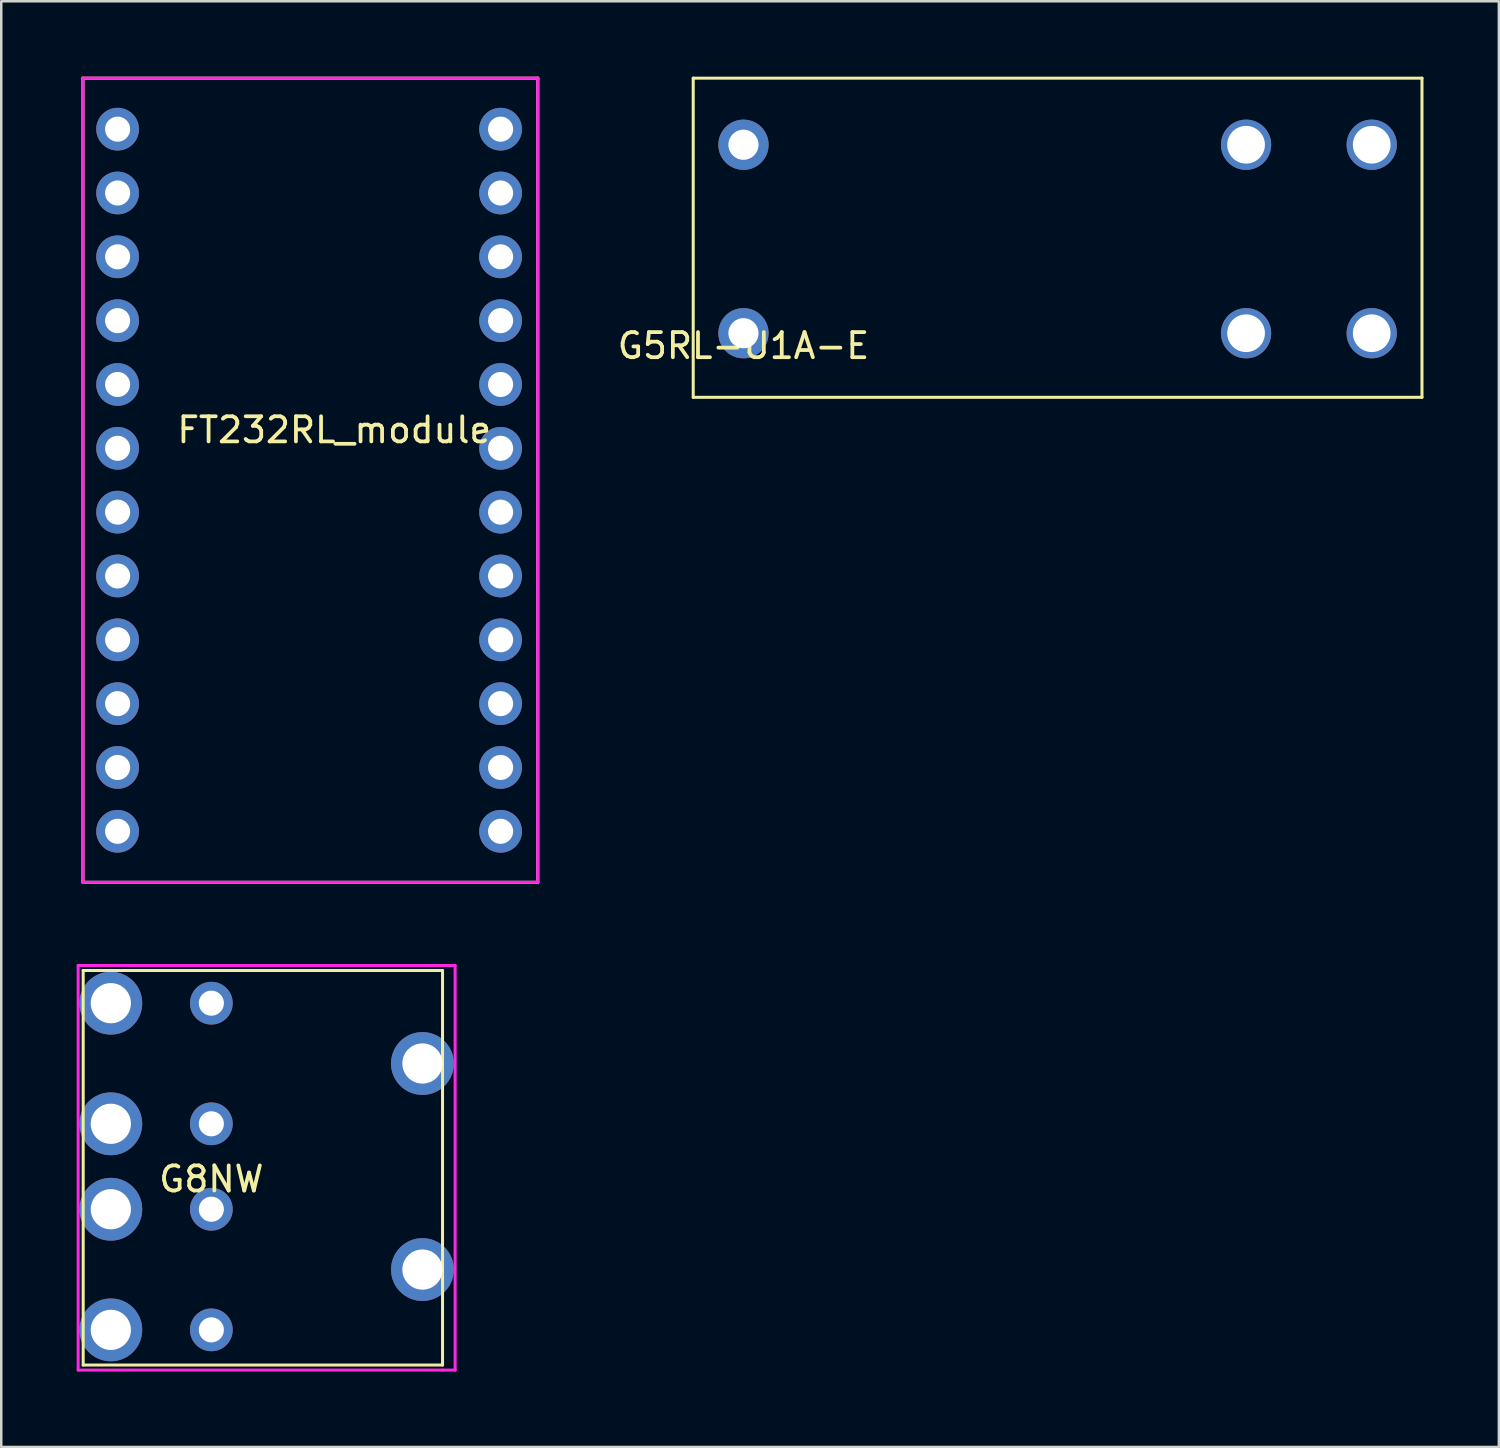
<source format=kicad_pcb>
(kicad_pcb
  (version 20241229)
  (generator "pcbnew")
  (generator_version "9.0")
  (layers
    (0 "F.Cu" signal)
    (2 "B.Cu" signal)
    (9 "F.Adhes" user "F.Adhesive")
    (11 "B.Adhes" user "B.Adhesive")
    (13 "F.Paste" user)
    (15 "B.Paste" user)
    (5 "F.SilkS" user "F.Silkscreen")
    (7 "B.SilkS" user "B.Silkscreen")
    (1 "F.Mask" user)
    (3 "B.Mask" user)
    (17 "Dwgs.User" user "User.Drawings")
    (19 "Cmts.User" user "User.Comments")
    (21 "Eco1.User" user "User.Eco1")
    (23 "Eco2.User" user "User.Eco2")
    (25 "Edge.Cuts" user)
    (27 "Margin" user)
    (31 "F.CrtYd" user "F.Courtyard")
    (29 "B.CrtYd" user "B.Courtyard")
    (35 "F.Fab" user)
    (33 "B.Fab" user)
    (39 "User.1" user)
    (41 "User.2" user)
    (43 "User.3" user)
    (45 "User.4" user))
  (footprint "FT232RL_module"
    (layer "F.Cu")
    (at 0.25 32.06)
    (property "Reference" "FT232RL_module" (at 10 -18 0) (layer "F.SilkS") (effects (font (size 1 1) (thickness 0.15))))
    (attr through_hole)
    (fp_line (start 0 -32) (end 0 0) (stroke (width 0.12) (type solid)) (layer "F.SilkS"))
    (fp_line (start 0 0) (end 18.1 0) (stroke (width 0.12) (type solid)) (layer "F.SilkS"))
    (fp_line (start 18.1 -32) (end 0 -32) (stroke (width 0.12) (type solid)) (layer "F.SilkS"))
    (fp_line (start 18.1 0) (end 18.1 -32) (stroke (width 0.12) (type solid)) (layer "F.SilkS"))
    (fp_line (start 0 -32) (end 18.1 -32) (stroke (width 0.12) (type solid)) (layer "F.CrtYd"))
    (fp_line (start 0 0) (end 0 -32) (stroke (width 0.12) (type solid)) (layer "F.CrtYd"))
    (fp_line (start 18.1 -32) (end 18.1 0) (stroke (width 0.12) (type solid)) (layer "F.CrtYd"))
    (fp_line (start 18.1 0) (end 0 0) (stroke (width 0.12) (type solid)) (layer "F.CrtYd"))
    (pad "1" thru_hole circle (at 1.38 -29.97) (size 1.7 1.7) (drill 1) (layers "*.Cu" "*.Mask"))
    (pad "2" thru_hole circle (at 1.38 -27.43) (size 1.7 1.7) (drill 1) (layers "*.Cu" "*.Mask"))
    (pad "3" thru_hole circle (at 1.38 -24.89) (size 1.7 1.7) (drill 1) (layers "*.Cu" "*.Mask"))
    (pad "4" thru_hole circle (at 1.38 -22.35) (size 1.7 1.7) (drill 1) (layers "*.Cu" "*.Mask"))
    (pad "5" thru_hole circle (at 1.38 -19.81) (size 1.7 1.7) (drill 1) (layers "*.Cu" "*.Mask"))
    (pad "6" thru_hole circle (at 1.38 -17.27) (size 1.7 1.7) (drill 1) (layers "*.Cu" "*.Mask"))
    (pad "7" thru_hole circle (at 1.38 -14.73) (size 1.7 1.7) (drill 1) (layers "*.Cu" "*.Mask"))
    (pad "8" thru_hole circle (at 1.38 -12.19) (size 1.7 1.7) (drill 1) (layers "*.Cu" "*.Mask"))
    (pad "9" thru_hole circle (at 1.38 -9.65) (size 1.7 1.7) (drill 1) (layers "*.Cu" "*.Mask"))
    (pad "10" thru_hole circle (at 1.38 -7.11) (size 1.7 1.7) (drill 1) (layers "*.Cu" "*.Mask"))
    (pad "11" thru_hole circle (at 1.38 -4.57) (size 1.7 1.7) (drill 1) (layers "*.Cu" "*.Mask"))
    (pad "12" thru_hole circle (at 1.38 -2.03) (size 1.7 1.7) (drill 1) (layers "*.Cu" "*.Mask"))
    (pad "13" thru_hole circle (at 16.62 -2.03) (size 1.7 1.7) (drill 1) (layers "*.Cu" "*.Mask"))
    (pad "14" thru_hole circle (at 16.62 -4.57) (size 1.7 1.7) (drill 1) (layers "*.Cu" "*.Mask"))
    (pad "15" thru_hole circle (at 16.62 -7.11) (size 1.7 1.7) (drill 1) (layers "*.Cu" "*.Mask"))
    (pad "16" thru_hole circle (at 16.62 -9.65) (size 1.7 1.7) (drill 1) (layers "*.Cu" "*.Mask"))
    (pad "17" thru_hole circle (at 16.62 -12.19) (size 1.7 1.7) (drill 1) (layers "*.Cu" "*.Mask"))
    (pad "18" thru_hole circle (at 16.62 -14.73) (size 1.7 1.7) (drill 1) (layers "*.Cu" "*.Mask"))
    (pad "19" thru_hole circle (at 16.62 -17.27) (size 1.7 1.7) (drill 1) (layers "*.Cu" "*.Mask"))
    (pad "20" thru_hole circle (at 16.62 -19.81) (size 1.7 1.7) (drill 1) (layers "*.Cu" "*.Mask"))
    (pad "21" thru_hole circle (at 16.62 -22.35) (size 1.7 1.7) (drill 1) (layers "*.Cu" "*.Mask"))
    (pad "22" thru_hole circle (at 16.62 -24.89) (size 1.7 1.7) (drill 1) (layers "*.Cu" "*.Mask"))
    (pad "23" thru_hole circle (at 16.62 -27.43) (size 1.7 1.7) (drill 1) (layers "*.Cu" "*.Mask"))
    (pad "24" thru_hole circle (at 16.62 -29.97) (size 1.7 1.7) (drill 1) (layers "*.Cu" "*.Mask")))
  (footprint "G5RL-U1A-E"
    (layer "F.Cu")
    (at 26.535 10.21)
    (property "Reference" "G5RL-U1A-E" (at 0 0.5 0) (layer "F.SilkS") (effects (font (size 1 1) (thickness 0.15))))
    (attr through_hole)
    (fp_line (start -2 -10.15) (end 27 -10.15) (stroke (width 0.12) (type solid)) (layer "F.SilkS"))
    (fp_line (start -2 2.55) (end -2 -10.15) (stroke (width 0.12) (type solid)) (layer "F.SilkS"))
    (fp_line (start -2 2.55) (end 27 2.55) (stroke (width 0.12) (type solid)) (layer "F.SilkS"))
    (fp_line (start 27 2.55) (end 27 -10.15) (stroke (width 0.12) (type solid)) (layer "F.SilkS"))
    (pad "1" thru_hole circle (at 0 0) (size 2 2) (drill 1.2) (layers "*.Cu" "*.Mask"))
    (pad "3" thru_hole circle (at 20 0) (size 2 2) (drill 1.5) (layers "*.Cu" "*.Mask"))
    (pad "4" thru_hole circle (at 25 0) (size 2 2) (drill 1.5) (layers "*.Cu" "*.Mask"))
    (pad "5" thru_hole circle (at 25 -7.5) (size 2 2) (drill 1.5) (layers "*.Cu" "*.Mask"))
    (pad "6" thru_hole circle (at 20 -7.5) (size 2 2) (drill 1.5) (layers "*.Cu" "*.Mask"))
    (pad "8" thru_hole circle (at 0 -7.5) (size 2 2) (drill 1.2) (layers "*.Cu" "*.Mask")))
  (footprint "G8NW"
    (layer "F.Cu")
    (at 5.36 43.37)
    (property "Reference" "G8NW" (at 0 0.5 0) (layer "F.SilkS") (effects (font (size 1 1) (thickness 0.15))))
    (attr through_hole)
    (fp_line (start -5.1 -7.8) (end -5.1 7.9) (stroke (width 0.12) (type solid)) (layer "F.SilkS"))
    (fp_line (start -5.1 -7.8) (end 9.2 -7.8) (stroke (width 0.12) (type solid)) (layer "F.SilkS"))
    (fp_line (start -5.1 7.9) (end 9.2 7.9) (stroke (width 0.12) (type solid)) (layer "F.SilkS"))
    (fp_line (start 9.2 -7.8) (end 9.2 7.9) (stroke (width 0.12) (type solid)) (layer "F.SilkS"))
    (fp_line (start -5.3 -8) (end -5.3 8.1) (stroke (width 0.12) (type solid)) (layer "F.CrtYd"))
    (fp_line (start -5.3 -8) (end 9.4 -8) (stroke (width 0.12) (type solid)) (layer "F.CrtYd"))
    (fp_line (start -5.3 8.1) (end 9.2 8.1) (stroke (width 0.12) (type solid)) (layer "F.CrtYd"))
    (fp_line (start 9.2 8.1) (end 9.7 8.1) (stroke (width 0.12) (type solid)) (layer "F.CrtYd"))
    (fp_line (start 9.7 -8) (end 9.4 -8) (stroke (width 0.12) (type solid)) (layer "F.CrtYd"))
    (fp_line (start 9.7 8.1) (end 9.7 -8) (stroke (width 0.12) (type solid)) (layer "F.CrtYd"))
    (pad "1" thru_hole circle (at 8.4 -4.1) (size 2.5 2.5) (drill 1.6) (layers "*.Cu" "*.Mask"))
    (pad "2" thru_hole circle (at 0 -6.5) (size 1.7 1.7) (drill 1) (layers "*.Cu" "*.Mask"))
    (pad "3" thru_hole circle (at -4 -6.5) (size 2.5 2.5) (drill 1.6) (layers "*.Cu" "*.Mask"))
    (pad "4" thru_hole circle (at -4 -1.7) (size 2.5 2.5) (drill 1.6) (layers "*.Cu" "*.Mask"))
    (pad "5" thru_hole circle (at 0 -1.7) (size 1.7 1.7) (drill 1) (layers "*.Cu" "*.Mask"))
    (pad "6" thru_hole circle (at 8.4 4.1) (size 2.5 2.5) (drill 1.6) (layers "*.Cu" "*.Mask"))
    (pad "7" thru_hole circle (at 0 1.7) (size 1.7 1.7) (drill 1) (layers "*.Cu" "*.Mask"))
    (pad "8" thru_hole circle (at -4 6.5) (size 2.5 2.5) (drill 1.6) (layers "*.Cu" "*.Mask"))
    (pad "9" thru_hole circle (at -4 1.7) (size 2.5 2.5) (drill 1.6) (layers "*.Cu" "*.Mask"))
    (pad "10" thru_hole circle (at 0 6.5) (size 1.7 1.7) (drill 1) (layers "*.Cu" "*.Mask")))
  (gr_rect
    (start -3 -3)
    (end 56.595 54.53)
    (stroke (width 0.1) (type default))
    (fill no)
    (layer "Edge.Cuts")))
</source>
